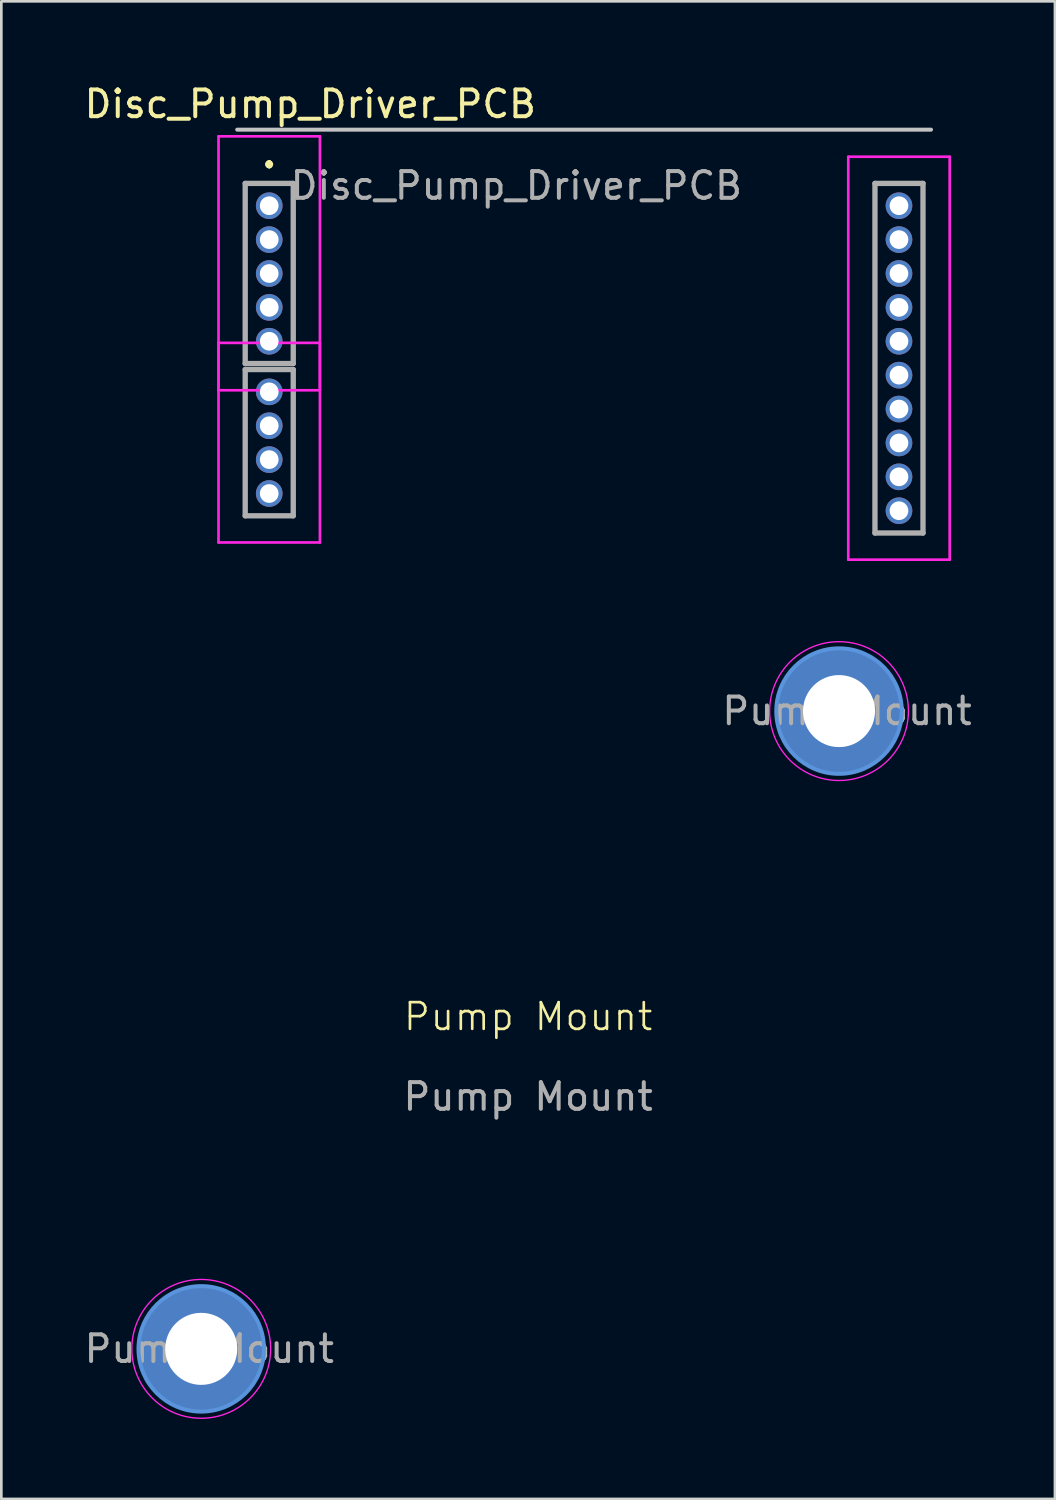
<source format=kicad_pcb>
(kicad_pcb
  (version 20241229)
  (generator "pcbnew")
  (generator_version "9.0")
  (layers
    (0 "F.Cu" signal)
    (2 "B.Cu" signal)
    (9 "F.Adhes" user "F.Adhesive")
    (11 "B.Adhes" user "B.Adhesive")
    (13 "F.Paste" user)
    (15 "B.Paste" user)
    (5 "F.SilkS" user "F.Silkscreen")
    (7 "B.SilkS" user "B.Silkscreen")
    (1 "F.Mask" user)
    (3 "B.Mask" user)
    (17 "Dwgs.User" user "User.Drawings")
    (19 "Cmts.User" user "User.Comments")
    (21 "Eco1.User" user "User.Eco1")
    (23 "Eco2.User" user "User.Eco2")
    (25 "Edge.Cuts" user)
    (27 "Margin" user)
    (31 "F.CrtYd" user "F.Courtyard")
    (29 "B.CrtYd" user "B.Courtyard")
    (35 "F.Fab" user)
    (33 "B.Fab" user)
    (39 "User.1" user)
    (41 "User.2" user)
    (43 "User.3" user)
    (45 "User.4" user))
  (footprint "Disc_Pump_Driver_PCB"
    (layer "F.Cu")
    (at 18.839 8.987)
    (property "Reference" "Disc_Pump_Driver_PCB" (at -10.262 -8.138 0) (layer "F.SilkS") (effects (font (size 1 1) (thickness 0.15))))
    (attr through_hole)
    (fp_line (start -12.7 -5.163) (end -10.9 -5.163) (stroke (width 0.1) (type solid)) (layer "F.SilkS"))
    (fp_line (start -12.7 1.587) (end -12.7 -5.163) (stroke (width 0.1) (type solid)) (layer "F.SilkS"))
    (fp_line (start -12.7 1.812) (end -10.9 1.812) (stroke (width 0.1) (type solid)) (layer "F.SilkS"))
    (fp_line (start -12.7 7.292) (end -12.7 1.812) (stroke (width 0.1) (type solid)) (layer "F.SilkS"))
    (fp_line (start -11.8 -5.928) (end -11.8 -5.928) (stroke (width 0.2) (type solid)) (layer "F.SilkS"))
    (fp_line (start -11.8 -5.928) (end -11.8 -5.928) (stroke (width 0.2) (type solid)) (layer "F.SilkS"))
    (fp_line (start -11.8 -5.828) (end -11.8 -5.828) (stroke (width 0.2) (type solid)) (layer "F.SilkS"))
    (fp_line (start -10.9 -5.163) (end -10.9 1.587) (stroke (width 0.1) (type solid)) (layer "F.SilkS"))
    (fp_line (start -10.9 1.587) (end -12.7 1.587) (stroke (width 0.1) (type solid)) (layer "F.SilkS"))
    (fp_line (start -10.9 1.812) (end -10.9 7.292) (stroke (width 0.1) (type solid)) (layer "F.SilkS"))
    (fp_line (start -10.9 7.292) (end -12.7 7.292) (stroke (width 0.1) (type solid)) (layer "F.SilkS"))
    (fp_line (start 10.9 -5.163) (end 12.7 -5.163) (stroke (width 0.1) (type solid)) (layer "F.SilkS"))
    (fp_line (start 10.9 7.937) (end 10.9 -5.163) (stroke (width 0.1) (type solid)) (layer "F.SilkS"))
    (fp_line (start 12.7 -5.163) (end 12.7 7.937) (stroke (width 0.1) (type solid)) (layer "F.SilkS"))
    (fp_line (start 12.7 7.937) (end 10.9 7.937) (stroke (width 0.1) (type solid)) (layer "F.SilkS"))
    (fp_arc (start -11.8 -5.928375) (mid -11.75 -5.878375) (end -11.8 -5.828375) (stroke (width 0.2) (type solid)) (layer "F.SilkS"))
    (fp_arc (start -11.8 -5.828375) (mid -11.85 -5.878375) (end -11.8 -5.928375) (stroke (width 0.2) (type solid)) (layer "F.SilkS"))
    (fp_arc (start -11.8 -5.828375) (mid -11.85 -5.878375) (end -11.8 -5.928375) (stroke (width 0.2) (type solid)) (layer "F.SilkS"))
    (fp_line (start -13 -7.178) (end 13 -7.178) (stroke (width 0.15) (type solid)) (layer "Dwgs.User"))
    (fp_line (start -13.7 -6.928) (end -9.9 -6.928) (stroke (width 0.1) (type solid)) (layer "F.CrtYd"))
    (fp_line (start -13.7 0.812) (end -9.9 0.812) (stroke (width 0.1) (type solid)) (layer "F.CrtYd"))
    (fp_line (start -13.7 2.587) (end -13.7 -6.928) (stroke (width 0.1) (type solid)) (layer "F.CrtYd"))
    (fp_line (start -13.7 8.292) (end -13.7 0.812) (stroke (width 0.1) (type solid)) (layer "F.CrtYd"))
    (fp_line (start -9.9 -6.928) (end -9.9 2.587) (stroke (width 0.1) (type solid)) (layer "F.CrtYd"))
    (fp_line (start -9.9 0.812) (end -9.9 8.292) (stroke (width 0.1) (type solid)) (layer "F.CrtYd"))
    (fp_line (start -9.9 2.587) (end -13.7 2.587) (stroke (width 0.1) (type solid)) (layer "F.CrtYd"))
    (fp_line (start -9.9 8.292) (end -13.7 8.292) (stroke (width 0.1) (type solid)) (layer "F.CrtYd"))
    (fp_line (start 9.9 -6.163) (end 13.7 -6.163) (stroke (width 0.1) (type solid)) (layer "F.CrtYd"))
    (fp_line (start 9.9 8.937) (end 9.9 -6.163) (stroke (width 0.1) (type solid)) (layer "F.CrtYd"))
    (fp_line (start 13.7 -6.163) (end 13.7 8.937) (stroke (width 0.1) (type solid)) (layer "F.CrtYd"))
    (fp_line (start 13.7 8.937) (end 9.9 8.937) (stroke (width 0.1) (type solid)) (layer "F.CrtYd"))
    (fp_line (start -12.7 -5.163) (end -12.7 1.587) (stroke (width 0.2) (type solid)) (layer "F.Fab"))
    (fp_line (start -12.7 1.587) (end -10.9 1.587) (stroke (width 0.2) (type solid)) (layer "F.Fab"))
    (fp_line (start -12.7 1.812) (end -10.9 1.812) (stroke (width 0.2) (type solid)) (layer "F.Fab"))
    (fp_line (start -12.7 7.292) (end -12.7 1.812) (stroke (width 0.2) (type solid)) (layer "F.Fab"))
    (fp_line (start -10.9 -5.163) (end -12.7 -5.163) (stroke (width 0.2) (type solid)) (layer "F.Fab"))
    (fp_line (start -10.9 1.587) (end -10.9 -5.163) (stroke (width 0.2) (type solid)) (layer "F.Fab"))
    (fp_line (start -10.9 1.812) (end -10.9 7.292) (stroke (width 0.2) (type solid)) (layer "F.Fab"))
    (fp_line (start -10.9 7.292) (end -12.7 7.292) (stroke (width 0.2) (type solid)) (layer "F.Fab"))
    (fp_line (start 10.9 -5.163) (end 12.7 -5.163) (stroke (width 0.2) (type solid)) (layer "F.Fab"))
    (fp_line (start 10.9 7.937) (end 10.9 -5.163) (stroke (width 0.2) (type solid)) (layer "F.Fab"))
    (fp_line (start 12.7 -5.163) (end 12.7 7.937) (stroke (width 0.2) (type solid)) (layer "F.Fab"))
    (fp_line (start 12.7 7.937) (end 10.9 7.937) (stroke (width 0.2) (type solid)) (layer "F.Fab"))
    (fp_text user "${REFERENCE}" (at -2.54 -5.08 0) (layer "F.Fab") (effects (font (size 1 1) (thickness 0.15))))
    (pad "1" thru_hole circle (at -11.8 -4.328 270) (size 1 1) (drill 0.7) (layers "*.Cu" "*.Mask"))
    (pad "2" thru_hole circle (at -11.8 -3.058 270) (size 1 1) (drill 0.7) (layers "*.Cu" "*.Mask"))
    (pad "3" thru_hole circle (at -11.8 -1.788 270) (size 1 1) (drill 0.7) (layers "*.Cu" "*.Mask"))
    (pad "4" thru_hole circle (at -11.8 -0.518 270) (size 1 1) (drill 0.7) (layers "*.Cu" "*.Mask"))
    (pad "5" thru_hole circle (at -11.8 0.752 270) (size 1 1) (drill 0.7) (layers "*.Cu" "*.Mask"))
    (pad "6" thru_hole circle (at -11.8 2.647 270) (size 1 1) (drill 0.7) (layers "*.Cu" "*.Mask"))
    (pad "7" thru_hole circle (at -11.8 3.917 270) (size 1 1) (drill 0.7) (layers "*.Cu" "*.Mask"))
    (pad "8" thru_hole circle (at -11.8 5.187 270) (size 1 1) (drill 0.7) (layers "*.Cu" "*.Mask"))
    (pad "9" thru_hole circle (at -11.8 6.457 270) (size 1 1) (drill 0.7) (layers "*.Cu" "*.Mask"))
    (pad "10" thru_hole circle (at 11.8 7.102 270) (size 1 1) (drill 0.7) (layers "*.Cu" "*.Mask"))
    (pad "11" thru_hole circle (at 11.8 5.832 270) (size 1 1) (drill 0.7) (layers "*.Cu" "*.Mask"))
    (pad "12" thru_hole circle (at 11.8 4.562 270) (size 1 1) (drill 0.7) (layers "*.Cu" "*.Mask"))
    (pad "13" thru_hole circle (at 11.8 3.292 270) (size 1 1) (drill 0.7) (layers "*.Cu" "*.Mask"))
    (pad "14" thru_hole circle (at 11.8 2.022 270) (size 1 1) (drill 0.7) (layers "*.Cu" "*.Mask"))
    (pad "15" thru_hole circle (at 11.8 0.752 270) (size 1 1) (drill 0.7) (layers "*.Cu" "*.Mask"))
    (pad "16" thru_hole circle (at 11.8 -0.518 270) (size 1 1) (drill 0.7) (layers "*.Cu" "*.Mask"))
    (pad "17" thru_hole circle (at 11.8 -1.788 270) (size 1 1) (drill 0.7) (layers "*.Cu" "*.Mask"))
    (pad "18" thru_hole circle (at 11.8 -3.058 270) (size 1 1) (drill 0.7) (layers "*.Cu" "*.Mask"))
    (pad "19" thru_hole circle (at 11.8 -4.328 270) (size 1 1) (drill 0.7) (layers "*.Cu" "*.Mask")))
  (footprint "Pump Mount"
    (layer "F.Cu")
    (at 16.742 35.548)
    (property "Reference" "Pump Mount" (at 0 -0.5 0) (unlocked yes) (layer "F.SilkS") (effects (font (size 1 1) (thickness 0.1))))
    (fp_circle (center -12.251 11.95) (end -9.9 11.95) (stroke (width 0.15) (type solid)) (fill no) (layer "Cmts.User"))
    (fp_circle (center 11.65 -11.95) (end 14.001 -11.95) (stroke (width 0.15) (type solid)) (fill no) (layer "Cmts.User"))
    (fp_circle (center -12.251 11.95) (end -9.65 11.95) (stroke (width 0.05) (type solid)) (fill no) (layer "F.CrtYd"))
    (fp_circle (center 11.65 -11.95) (end 14.251 -11.95) (stroke (width 0.05) (type solid)) (fill no) (layer "F.CrtYd"))
    (fp_text user "${REFERENCE}" (at 0 2.5 0) (unlocked yes) (layer "F.Fab") (effects (font (size 1 1) (thickness 0.15))))
    (fp_text user "${REFERENCE}" (at -11.95 11.95 0) (layer "F.Fab") (effects (font (size 1 1) (thickness 0.15))))
    (fp_text user "${REFERENCE}" (at 11.95 -11.95 0) (layer "F.Fab") (effects (font (size 1 1) (thickness 0.15))))
    (pad "1" thru_hole circle (at -12.251 11.95) (size 4.7 4.7) (drill 2.7) (layers "*.Cu" "*.Mask"))
    (pad "1" thru_hole circle (at 11.65 -11.95) (size 4.7 4.7) (drill 2.7) (layers "*.Cu" "*.Mask")))
  (gr_rect
    (start -3 -3)
    (end 36.484 53.123)
    (stroke (width 0.1) (type default))
    (fill no)
    (layer "Edge.Cuts")))
</source>
